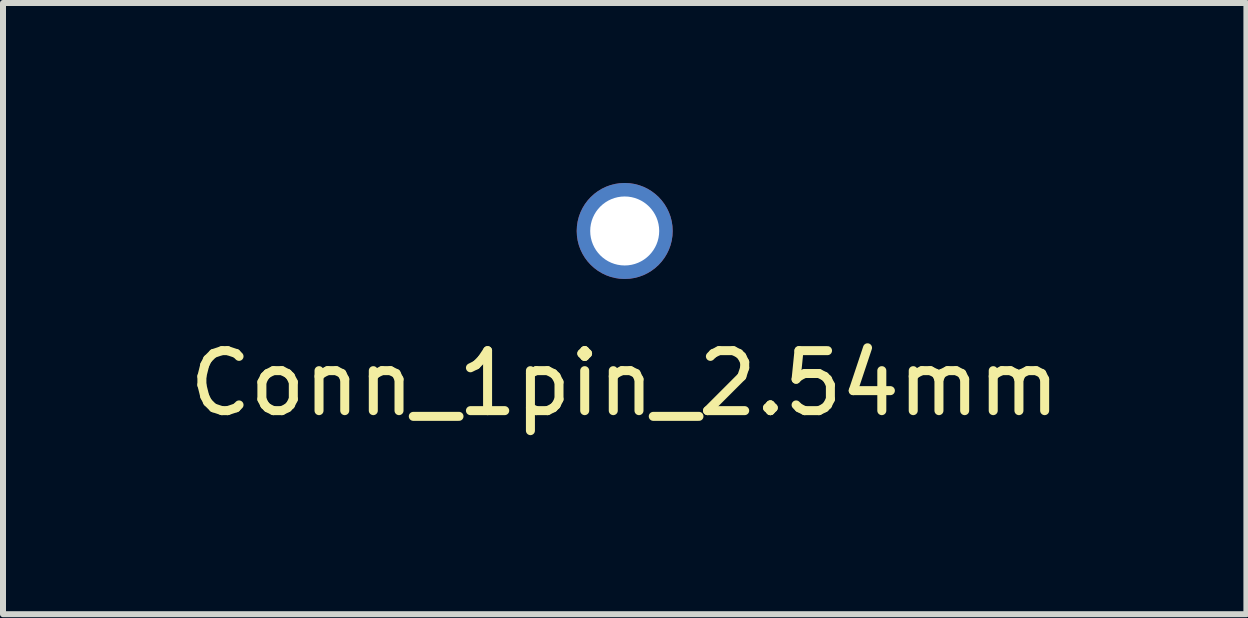
<source format=kicad_pcb>
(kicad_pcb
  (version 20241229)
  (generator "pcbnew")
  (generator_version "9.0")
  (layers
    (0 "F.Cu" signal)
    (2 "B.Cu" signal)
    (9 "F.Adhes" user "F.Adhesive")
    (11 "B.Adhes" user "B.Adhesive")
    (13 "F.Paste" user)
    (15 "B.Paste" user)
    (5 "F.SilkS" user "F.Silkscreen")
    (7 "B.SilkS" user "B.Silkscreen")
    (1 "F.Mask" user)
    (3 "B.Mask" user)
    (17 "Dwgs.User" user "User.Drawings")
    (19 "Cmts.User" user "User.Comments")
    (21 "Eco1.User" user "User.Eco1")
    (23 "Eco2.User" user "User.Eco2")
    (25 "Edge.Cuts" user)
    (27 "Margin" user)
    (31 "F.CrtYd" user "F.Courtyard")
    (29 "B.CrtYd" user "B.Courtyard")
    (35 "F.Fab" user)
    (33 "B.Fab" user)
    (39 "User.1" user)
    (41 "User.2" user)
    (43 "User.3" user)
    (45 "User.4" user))
  (footprint "Conn_1pin_2.54mm"
    (layer "F.Cu")
    (at 7.363 0.8)
    (property "Reference" "Conn_1pin_2.54mm" (at 0 2.54 0) (layer "F.SilkS") (effects (font (size 1 1) (thickness 0.15))))
    (attr through_hole)
    (pad "1" thru_hole circle (at 0 0) (size 1.6 1.6) (drill 1.15) (layers "*.Cu" "*.Mask")))
  (gr_rect
    (start -3 -3)
    (end 17.726 7.188)
    (stroke (width 0.1) (type default))
    (fill no)
    (layer "Edge.Cuts")))
</source>
